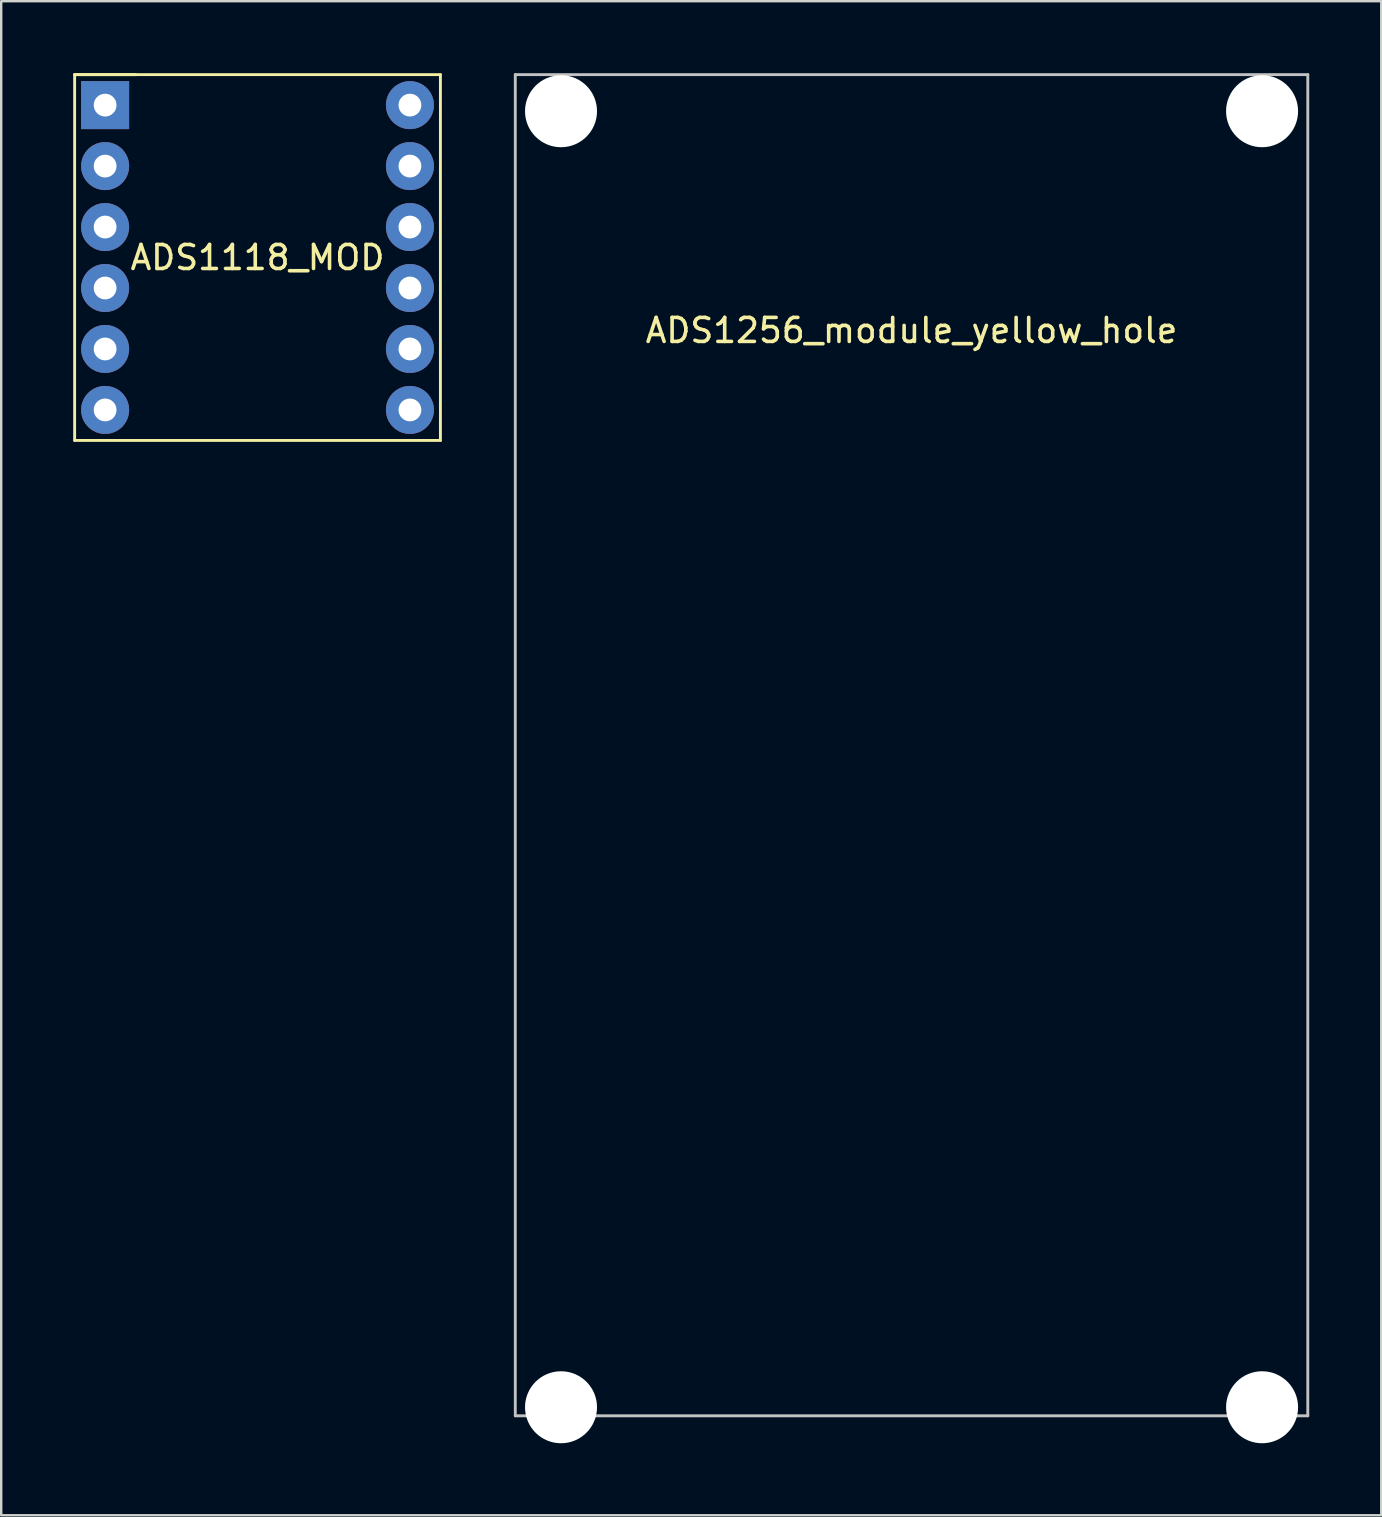
<source format=kicad_pcb>
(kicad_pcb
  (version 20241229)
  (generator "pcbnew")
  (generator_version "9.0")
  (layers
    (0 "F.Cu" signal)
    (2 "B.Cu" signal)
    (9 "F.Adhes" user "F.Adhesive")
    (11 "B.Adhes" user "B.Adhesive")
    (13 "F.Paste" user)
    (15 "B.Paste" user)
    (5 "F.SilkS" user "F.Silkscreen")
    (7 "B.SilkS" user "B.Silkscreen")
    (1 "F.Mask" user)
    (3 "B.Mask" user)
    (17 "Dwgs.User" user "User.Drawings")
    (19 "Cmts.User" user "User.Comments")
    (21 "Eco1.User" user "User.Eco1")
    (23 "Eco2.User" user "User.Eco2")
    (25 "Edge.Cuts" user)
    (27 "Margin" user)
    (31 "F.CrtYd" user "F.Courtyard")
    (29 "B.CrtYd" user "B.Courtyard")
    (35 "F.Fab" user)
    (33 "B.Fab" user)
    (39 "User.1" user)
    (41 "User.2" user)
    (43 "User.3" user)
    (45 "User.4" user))
  (footprint "ADS1118_MOD"
    (layer "F.Cu")
    (at 7.68 7.68)
    (property "Reference" "ADS1118_MOD" (at 0 0 0) (layer "F.SilkS") (effects (font (size 1 1) (thickness 0.15))))
    (attr through_hole)
    (fp_line (start -7.62 -7.62) (end -7.62 7.62) (stroke (width 0.12) (type solid)) (layer "F.SilkS"))
    (fp_line (start -7.62 -7.62) (end -5.08 -7.62) (stroke (width 0.12) (type solid)) (layer "F.SilkS"))
    (fp_line (start -7.62 7.62) (end 7.62 7.62) (stroke (width 0.12) (type solid)) (layer "F.SilkS"))
    (fp_line (start 7.62 -7.62) (end -7.62 -7.62) (stroke (width 0.12) (type solid)) (layer "F.SilkS"))
    (fp_line (start 7.62 7.62) (end 7.62 -7.62) (stroke (width 0.12) (type solid)) (layer "F.SilkS"))
    (pad "1" thru_hole rect (at -6.35 -6.35) (size 2 2) (drill 0.95) (layers "*.Cu" "*.Mask"))
    (pad "2" thru_hole circle (at -6.35 -3.81) (size 2 2) (drill 0.95) (layers "*.Cu" "*.Mask"))
    (pad "3" thru_hole circle (at -6.35 -1.27) (size 2 2) (drill 0.95) (layers "*.Cu" "*.Mask"))
    (pad "4" thru_hole circle (at -6.35 1.27) (size 2 2) (drill 0.95) (layers "*.Cu" "*.Mask"))
    (pad "5" thru_hole circle (at -6.35 3.81) (size 2 2) (drill 0.95) (layers "*.Cu" "*.Mask"))
    (pad "6" thru_hole circle (at -6.35 6.35) (size 2 2) (drill 0.95) (layers "*.Cu" "*.Mask"))
    (pad "7" thru_hole circle (at 6.35 6.35) (size 2 2) (drill 0.95) (layers "*.Cu" "*.Mask"))
    (pad "8" thru_hole circle (at 6.35 3.81) (size 2 2) (drill 0.95) (layers "*.Cu" "*.Mask"))
    (pad "9" thru_hole circle (at 6.35 1.27) (size 2 2) (drill 0.95) (layers "*.Cu" "*.Mask"))
    (pad "10" thru_hole circle (at 6.35 -1.27) (size 2 2) (drill 0.95) (layers "*.Cu" "*.Mask"))
    (pad "11" thru_hole circle (at 6.35 -3.81) (size 2 2) (drill 0.95) (layers "*.Cu" "*.Mask"))
    (pad "12" thru_hole circle (at 6.35 -6.35) (size 2 2) (drill 0.95) (layers "*.Cu" "*.Mask")))
  (footprint "ADS1256_module_yellow_hole"
    (layer "F.Cu")
    (at 34.93 28)
    (property "Reference" "ADS1256_module_yellow_hole" (at 0 -17.28 0) (layer "F.SilkS") (effects (font (size 1 1) (thickness 0.15))))
    (attr through_hole)
    (fp_line (start -16.51 -27.94) (end -16.51 27.94) (stroke (width 0.12) (type solid)) (layer "Dwgs.User"))
    (fp_line (start -16.51 27.94) (end 16.51 27.94) (stroke (width 0.12) (type solid)) (layer "Dwgs.User"))
    (fp_line (start 16.51 -27.94) (end -16.51 -27.94) (stroke (width 0.12) (type solid)) (layer "Dwgs.User"))
    (fp_line (start 16.51 27.94) (end 16.51 -27.94) (stroke (width 0.12) (type solid)) (layer "Dwgs.User"))
    (pad "" np_thru_hole circle (at -14.605 -26.416) (size 3 3) (drill 3) (layers "*.Cu" "*.Mask"))
    (pad "" np_thru_hole circle (at -14.605 27.584) (size 3 3) (drill 3) (layers "*.Cu" "*.Mask"))
    (pad "" np_thru_hole circle (at 14.605 -26.416) (size 3 3) (drill 3) (layers "*.Cu" "*.Mask"))
    (pad "" np_thru_hole circle (at 14.605 27.584) (size 3 3) (drill 3) (layers "*.Cu" "*.Mask")))
  (gr_rect
    (start -3 -3)
    (end 54.5 60.084)
    (stroke (width 0.1) (type default))
    (fill no)
    (layer "Edge.Cuts")))
</source>
